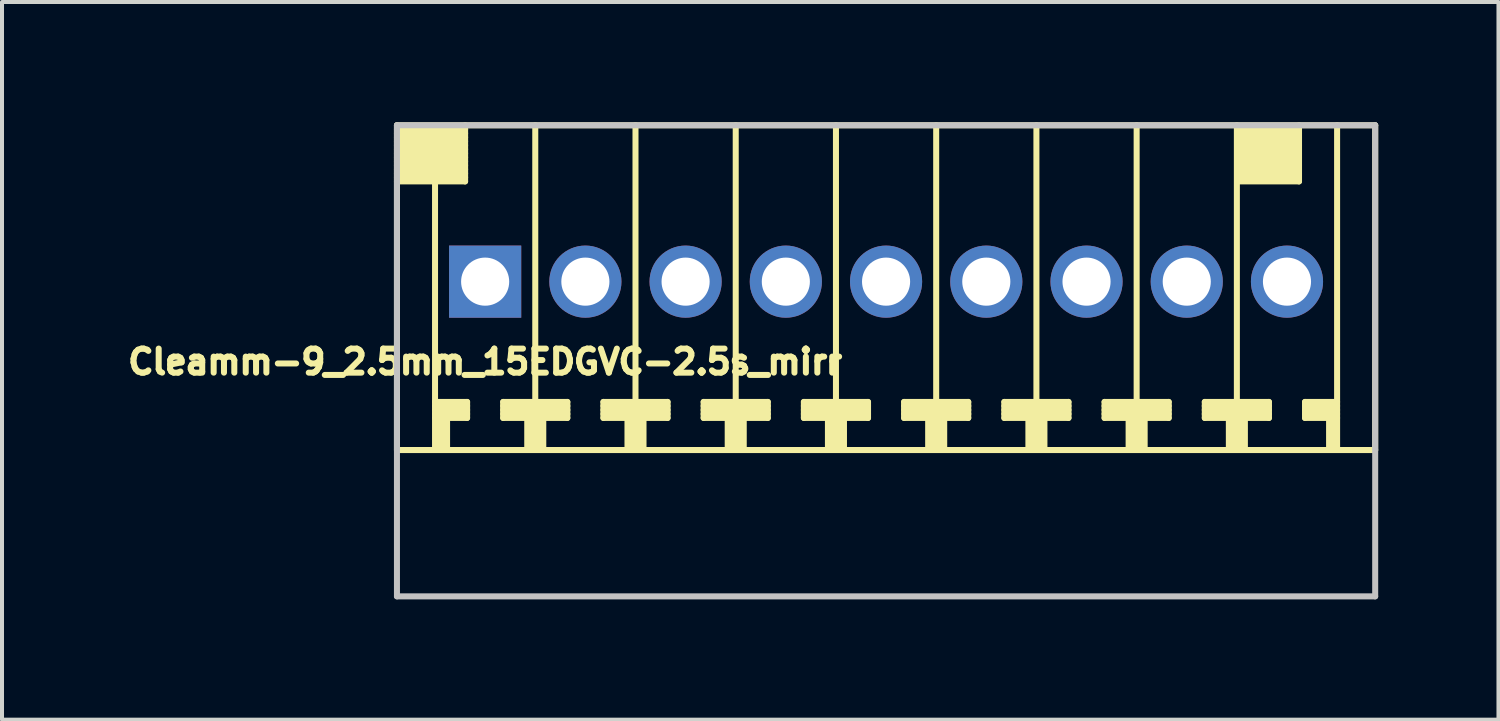
<source format=kicad_pcb>
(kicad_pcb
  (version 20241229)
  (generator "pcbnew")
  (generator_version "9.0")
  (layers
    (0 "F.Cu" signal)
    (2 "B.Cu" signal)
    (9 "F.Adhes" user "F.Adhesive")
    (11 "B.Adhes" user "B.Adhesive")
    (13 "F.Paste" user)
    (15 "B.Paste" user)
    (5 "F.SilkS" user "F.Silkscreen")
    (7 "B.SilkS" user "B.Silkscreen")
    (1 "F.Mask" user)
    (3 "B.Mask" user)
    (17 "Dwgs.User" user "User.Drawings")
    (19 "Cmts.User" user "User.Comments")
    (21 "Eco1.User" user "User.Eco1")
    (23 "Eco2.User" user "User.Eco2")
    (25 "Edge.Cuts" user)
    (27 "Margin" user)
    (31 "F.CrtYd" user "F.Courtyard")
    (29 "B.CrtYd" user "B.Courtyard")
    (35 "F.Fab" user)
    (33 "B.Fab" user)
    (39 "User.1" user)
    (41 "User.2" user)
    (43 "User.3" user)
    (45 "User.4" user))
  (footprint "Cleamm-9_2.5mm_15EDGVC-2.5s_mirr"
    (layer "F.Cu")
    (at 19.051 3.975)
    (property "Reference" "Cleamm-9_2.5mm_15EDGVC-2.5s_mirr" (at -10 2 0) (layer "F.SilkS") (effects (font (size 0.6 0.6) (thickness 0.15))))
    (attr through_hole)
    (fp_line (start -12.2 -3.9) (end -12.2 4.2) (stroke (width 0.15) (type solid)) (layer "F.SilkS"))
    (fp_line (start -12.2 -3.8) (end -10.5 -3.8) (stroke (width 0.15) (type solid)) (layer "F.SilkS"))
    (fp_line (start -12.2 -3.6) (end -10.5 -3.6) (stroke (width 0.15) (type solid)) (layer "F.SilkS"))
    (fp_line (start -12.2 -3.4) (end -10.5 -3.4) (stroke (width 0.15) (type solid)) (layer "F.SilkS"))
    (fp_line (start -12.2 -3.2) (end -10.5 -3.2) (stroke (width 0.15) (type solid)) (layer "F.SilkS"))
    (fp_line (start -12.2 -3) (end -10.5 -3) (stroke (width 0.15) (type solid)) (layer "F.SilkS"))
    (fp_line (start -12.2 -2.8) (end -10.5 -2.8) (stroke (width 0.15) (type solid)) (layer "F.SilkS"))
    (fp_line (start -12.2 -2.5) (end -10.5 -2.5) (stroke (width 0.15) (type solid)) (layer "F.SilkS"))
    (fp_line (start -11.25 -2.5) (end -11.25 4.2) (stroke (width 0.15) (type solid)) (layer "F.SilkS"))
    (fp_line (start -11.25 3.2) (end -10.45 3.2) (stroke (width 0.15) (type solid)) (layer "F.SilkS"))
    (fp_line (start -11.25 3.3) (end -10.45 3.3) (stroke (width 0.15) (type solid)) (layer "F.SilkS"))
    (fp_line (start -11.25 3.4) (end -10.45 3.4) (stroke (width 0.15) (type solid)) (layer "F.SilkS"))
    (fp_line (start -11.15 4.2) (end -11.15 3.4) (stroke (width 0.15) (type solid)) (layer "F.SilkS"))
    (fp_line (start -11.05 3.4) (end -11.05 4.2) (stroke (width 0.15) (type solid)) (layer "F.SilkS"))
    (fp_line (start -10.95 4.2) (end -10.95 3.4) (stroke (width 0.15) (type solid)) (layer "F.SilkS"))
    (fp_line (start -10.5 -3.7) (end -12.2 -3.7) (stroke (width 0.15) (type solid)) (layer "F.SilkS"))
    (fp_line (start -10.5 -3.5) (end -12.2 -3.5) (stroke (width 0.15) (type solid)) (layer "F.SilkS"))
    (fp_line (start -10.5 -3.3) (end -12.2 -3.3) (stroke (width 0.15) (type solid)) (layer "F.SilkS"))
    (fp_line (start -10.5 -3.1) (end -12.2 -3.1) (stroke (width 0.15) (type solid)) (layer "F.SilkS"))
    (fp_line (start -10.5 -2.9) (end -12.2 -2.9) (stroke (width 0.15) (type solid)) (layer "F.SilkS"))
    (fp_line (start -10.5 -2.7) (end -12.2 -2.7) (stroke (width 0.15) (type solid)) (layer "F.SilkS"))
    (fp_line (start -10.5 -2.6) (end -12.2 -2.6) (stroke (width 0.15) (type solid)) (layer "F.SilkS"))
    (fp_line (start -10.5 -2.5) (end -10.5 -3.9) (stroke (width 0.15) (type solid)) (layer "F.SilkS"))
    (fp_line (start -10.45 3) (end -11.25 3) (stroke (width 0.15) (type solid)) (layer "F.SilkS"))
    (fp_line (start -10.45 3.1) (end -11.25 3.1) (stroke (width 0.15) (type solid)) (layer "F.SilkS"))
    (fp_line (start -10.45 3.4) (end -10.45 3) (stroke (width 0.15) (type solid)) (layer "F.SilkS"))
    (fp_line (start -9.55 3) (end -9.55 3.4) (stroke (width 0.15) (type solid)) (layer "F.SilkS"))
    (fp_line (start -9.55 3.2) (end -7.95 3.2) (stroke (width 0.15) (type solid)) (layer "F.SilkS"))
    (fp_line (start -9.55 3.4) (end -8.95 3.4) (stroke (width 0.15) (type solid)) (layer "F.SilkS"))
    (fp_line (start -8.95 4.2) (end -8.95 3.4) (stroke (width 0.15) (type solid)) (layer "F.SilkS"))
    (fp_line (start -8.85 4.2) (end -8.85 3.4) (stroke (width 0.15) (type solid)) (layer "F.SilkS"))
    (fp_line (start -8.75 4.2) (end -8.75 -3.9) (stroke (width 0.15) (type solid)) (layer "F.SilkS"))
    (fp_line (start -8.65 4.2) (end -8.65 3.4) (stroke (width 0.15) (type solid)) (layer "F.SilkS"))
    (fp_line (start -8.55 3.4) (end -7.95 3.4) (stroke (width 0.15) (type solid)) (layer "F.SilkS"))
    (fp_line (start -8.55 4.2) (end -8.55 3.4) (stroke (width 0.15) (type solid)) (layer "F.SilkS"))
    (fp_line (start -7.95 3) (end -9.55 3) (stroke (width 0.15) (type solid)) (layer "F.SilkS"))
    (fp_line (start -7.95 3.1) (end -9.55 3.1) (stroke (width 0.15) (type solid)) (layer "F.SilkS"))
    (fp_line (start -7.95 3.3) (end -9.55 3.3) (stroke (width 0.15) (type solid)) (layer "F.SilkS"))
    (fp_line (start -7.95 3.4) (end -7.95 3) (stroke (width 0.15) (type solid)) (layer "F.SilkS"))
    (fp_line (start -7.05 3) (end -7.05 3.4) (stroke (width 0.15) (type solid)) (layer "F.SilkS"))
    (fp_line (start -7.05 3.2) (end -5.45 3.2) (stroke (width 0.15) (type solid)) (layer "F.SilkS"))
    (fp_line (start -7.05 3.4) (end -6.45 3.4) (stroke (width 0.15) (type solid)) (layer "F.SilkS"))
    (fp_line (start -6.45 4.2) (end -6.45 3.4) (stroke (width 0.15) (type solid)) (layer "F.SilkS"))
    (fp_line (start -6.35 4.2) (end -6.35 3.4) (stroke (width 0.15) (type solid)) (layer "F.SilkS"))
    (fp_line (start -6.25 -3.9) (end -6.25 4.2) (stroke (width 0.15) (type solid)) (layer "F.SilkS"))
    (fp_line (start -6.15 4.2) (end -6.15 3.4) (stroke (width 0.15) (type solid)) (layer "F.SilkS"))
    (fp_line (start -6.05 3.4) (end -5.45 3.4) (stroke (width 0.15) (type solid)) (layer "F.SilkS"))
    (fp_line (start -6.05 4.2) (end -6.05 3.4) (stroke (width 0.15) (type solid)) (layer "F.SilkS"))
    (fp_line (start -5.45 3) (end -7.05 3) (stroke (width 0.15) (type solid)) (layer "F.SilkS"))
    (fp_line (start -5.45 3.1) (end -7.05 3.1) (stroke (width 0.15) (type solid)) (layer "F.SilkS"))
    (fp_line (start -5.45 3.3) (end -7.05 3.3) (stroke (width 0.15) (type solid)) (layer "F.SilkS"))
    (fp_line (start -5.45 3.4) (end -5.45 3) (stroke (width 0.15) (type solid)) (layer "F.SilkS"))
    (fp_line (start -4.55 3) (end -4.55 3.4) (stroke (width 0.15) (type solid)) (layer "F.SilkS"))
    (fp_line (start -4.55 3.2) (end -2.95 3.2) (stroke (width 0.15) (type solid)) (layer "F.SilkS"))
    (fp_line (start -4.55 3.4) (end -3.95 3.4) (stroke (width 0.15) (type solid)) (layer "F.SilkS"))
    (fp_line (start -3.95 4.2) (end -3.95 3.4) (stroke (width 0.15) (type solid)) (layer "F.SilkS"))
    (fp_line (start -3.85 4.2) (end -3.85 3.4) (stroke (width 0.15) (type solid)) (layer "F.SilkS"))
    (fp_line (start -3.75 -3.9) (end -3.75 4.2) (stroke (width 0.15) (type solid)) (layer "F.SilkS"))
    (fp_line (start -3.65 4.2) (end -3.65 3.4) (stroke (width 0.15) (type solid)) (layer "F.SilkS"))
    (fp_line (start -3.55 3.4) (end -2.95 3.4) (stroke (width 0.15) (type solid)) (layer "F.SilkS"))
    (fp_line (start -3.55 4.2) (end -3.55 3.4) (stroke (width 0.15) (type solid)) (layer "F.SilkS"))
    (fp_line (start -2.95 3) (end -4.55 3) (stroke (width 0.15) (type solid)) (layer "F.SilkS"))
    (fp_line (start -2.95 3.1) (end -4.55 3.1) (stroke (width 0.15) (type solid)) (layer "F.SilkS"))
    (fp_line (start -2.95 3.3) (end -4.55 3.3) (stroke (width 0.15) (type solid)) (layer "F.SilkS"))
    (fp_line (start -2.95 3.4) (end -2.95 3) (stroke (width 0.15) (type solid)) (layer "F.SilkS"))
    (fp_line (start -2.05 3) (end -2.05 3.4) (stroke (width 0.15) (type solid)) (layer "F.SilkS"))
    (fp_line (start -2.05 3.2) (end -0.45 3.2) (stroke (width 0.15) (type solid)) (layer "F.SilkS"))
    (fp_line (start -2.05 3.4) (end -1.45 3.4) (stroke (width 0.15) (type solid)) (layer "F.SilkS"))
    (fp_line (start -1.45 4.2) (end -1.45 3.4) (stroke (width 0.15) (type solid)) (layer "F.SilkS"))
    (fp_line (start -1.35 4.2) (end -1.35 3.4) (stroke (width 0.15) (type solid)) (layer "F.SilkS"))
    (fp_line (start -1.25 4.2) (end -1.25 -3.9) (stroke (width 0.15) (type solid)) (layer "F.SilkS"))
    (fp_line (start -1.15 4.2) (end -1.15 3.4) (stroke (width 0.15) (type solid)) (layer "F.SilkS"))
    (fp_line (start -1.05 3.4) (end -0.45 3.4) (stroke (width 0.15) (type solid)) (layer "F.SilkS"))
    (fp_line (start -1.05 4.2) (end -1.05 3.4) (stroke (width 0.15) (type solid)) (layer "F.SilkS"))
    (fp_line (start -0.45 3) (end -2.05 3) (stroke (width 0.15) (type solid)) (layer "F.SilkS"))
    (fp_line (start -0.45 3.1) (end -2.05 3.1) (stroke (width 0.15) (type solid)) (layer "F.SilkS"))
    (fp_line (start -0.45 3.3) (end -2.05 3.3) (stroke (width 0.15) (type solid)) (layer "F.SilkS"))
    (fp_line (start -0.45 3.4) (end -0.45 3) (stroke (width 0.15) (type solid)) (layer "F.SilkS"))
    (fp_line (start 0.45 3) (end 0.45 3.4) (stroke (width 0.15) (type solid)) (layer "F.SilkS"))
    (fp_line (start 0.45 3.2) (end 2.05 3.2) (stroke (width 0.15) (type solid)) (layer "F.SilkS"))
    (fp_line (start 0.45 3.4) (end 1.05 3.4) (stroke (width 0.15) (type solid)) (layer "F.SilkS"))
    (fp_line (start 1.05 4.2) (end 1.05 3.4) (stroke (width 0.15) (type solid)) (layer "F.SilkS"))
    (fp_line (start 1.15 4.2) (end 1.15 3.4) (stroke (width 0.15) (type solid)) (layer "F.SilkS"))
    (fp_line (start 1.25 4.2) (end 1.25 -3.9) (stroke (width 0.15) (type solid)) (layer "F.SilkS"))
    (fp_line (start 1.35 4.2) (end 1.35 3.4) (stroke (width 0.15) (type solid)) (layer "F.SilkS"))
    (fp_line (start 1.45 3.4) (end 2.05 3.4) (stroke (width 0.15) (type solid)) (layer "F.SilkS"))
    (fp_line (start 1.45 4.2) (end 1.45 3.4) (stroke (width 0.15) (type solid)) (layer "F.SilkS"))
    (fp_line (start 2.05 3) (end 0.45 3) (stroke (width 0.15) (type solid)) (layer "F.SilkS"))
    (fp_line (start 2.05 3.1) (end 0.45 3.1) (stroke (width 0.15) (type solid)) (layer "F.SilkS"))
    (fp_line (start 2.05 3.3) (end 0.45 3.3) (stroke (width 0.15) (type solid)) (layer "F.SilkS"))
    (fp_line (start 2.05 3.4) (end 2.05 3) (stroke (width 0.15) (type solid)) (layer "F.SilkS"))
    (fp_line (start 2.95 3) (end 2.95 3.4) (stroke (width 0.15) (type solid)) (layer "F.SilkS"))
    (fp_line (start 2.95 3.2) (end 4.55 3.2) (stroke (width 0.15) (type solid)) (layer "F.SilkS"))
    (fp_line (start 2.95 3.4) (end 3.55 3.4) (stroke (width 0.15) (type solid)) (layer "F.SilkS"))
    (fp_line (start 3.55 4.2) (end 3.55 3.4) (stroke (width 0.15) (type solid)) (layer "F.SilkS"))
    (fp_line (start 3.65 4.2) (end 3.65 3.4) (stroke (width 0.15) (type solid)) (layer "F.SilkS"))
    (fp_line (start 3.75 4.2) (end 3.75 -3.9) (stroke (width 0.15) (type solid)) (layer "F.SilkS"))
    (fp_line (start 3.85 4.2) (end 3.85 3.4) (stroke (width 0.15) (type solid)) (layer "F.SilkS"))
    (fp_line (start 3.95 3.4) (end 4.55 3.4) (stroke (width 0.15) (type solid)) (layer "F.SilkS"))
    (fp_line (start 3.95 4.2) (end 3.95 3.4) (stroke (width 0.15) (type solid)) (layer "F.SilkS"))
    (fp_line (start 4.55 3) (end 2.95 3) (stroke (width 0.15) (type solid)) (layer "F.SilkS"))
    (fp_line (start 4.55 3.1) (end 2.95 3.1) (stroke (width 0.15) (type solid)) (layer "F.SilkS"))
    (fp_line (start 4.55 3.3) (end 2.95 3.3) (stroke (width 0.15) (type solid)) (layer "F.SilkS"))
    (fp_line (start 4.55 3.4) (end 4.55 3) (stroke (width 0.15) (type solid)) (layer "F.SilkS"))
    (fp_line (start 5.45 3) (end 5.45 3.4) (stroke (width 0.15) (type solid)) (layer "F.SilkS"))
    (fp_line (start 5.45 3.2) (end 7.05 3.2) (stroke (width 0.15) (type solid)) (layer "F.SilkS"))
    (fp_line (start 5.45 3.4) (end 6.05 3.4) (stroke (width 0.15) (type solid)) (layer "F.SilkS"))
    (fp_line (start 6.05 4.2) (end 6.05 3.4) (stroke (width 0.15) (type solid)) (layer "F.SilkS"))
    (fp_line (start 6.15 4.2) (end 6.15 3.4) (stroke (width 0.15) (type solid)) (layer "F.SilkS"))
    (fp_line (start 6.25 4.2) (end 6.25 -3.9) (stroke (width 0.15) (type solid)) (layer "F.SilkS"))
    (fp_line (start 6.35 4.2) (end 6.35 3.4) (stroke (width 0.15) (type solid)) (layer "F.SilkS"))
    (fp_line (start 6.45 3.4) (end 7.05 3.4) (stroke (width 0.15) (type solid)) (layer "F.SilkS"))
    (fp_line (start 6.45 4.2) (end 6.45 3.4) (stroke (width 0.15) (type solid)) (layer "F.SilkS"))
    (fp_line (start 7.05 3) (end 5.45 3) (stroke (width 0.15) (type solid)) (layer "F.SilkS"))
    (fp_line (start 7.05 3.1) (end 5.45 3.1) (stroke (width 0.15) (type solid)) (layer "F.SilkS"))
    (fp_line (start 7.05 3.3) (end 5.45 3.3) (stroke (width 0.15) (type solid)) (layer "F.SilkS"))
    (fp_line (start 7.05 3.4) (end 7.05 3) (stroke (width 0.15) (type solid)) (layer "F.SilkS"))
    (fp_line (start 7.95 3) (end 7.95 3.4) (stroke (width 0.15) (type solid)) (layer "F.SilkS"))
    (fp_line (start 7.95 3.2) (end 9.55 3.2) (stroke (width 0.15) (type solid)) (layer "F.SilkS"))
    (fp_line (start 7.95 3.4) (end 8.55 3.4) (stroke (width 0.15) (type solid)) (layer "F.SilkS"))
    (fp_line (start 8.55 4.2) (end 8.55 3.4) (stroke (width 0.15) (type solid)) (layer "F.SilkS"))
    (fp_line (start 8.65 4.2) (end 8.65 3.4) (stroke (width 0.15) (type solid)) (layer "F.SilkS"))
    (fp_line (start 8.75 4.2) (end 8.75 -3.9) (stroke (width 0.15) (type solid)) (layer "F.SilkS"))
    (fp_line (start 8.8 -3.7) (end 10.3 -3.7) (stroke (width 0.15) (type solid)) (layer "F.SilkS"))
    (fp_line (start 8.8 -3.6) (end 10.3 -3.6) (stroke (width 0.15) (type solid)) (layer "F.SilkS"))
    (fp_line (start 8.8 -3.4) (end 10.3 -3.4) (stroke (width 0.15) (type solid)) (layer "F.SilkS"))
    (fp_line (start 8.8 -3.3) (end 10.3 -3.3) (stroke (width 0.15) (type solid)) (layer "F.SilkS"))
    (fp_line (start 8.8 -3.1) (end 10.3 -3.1) (stroke (width 0.15) (type solid)) (layer "F.SilkS"))
    (fp_line (start 8.8 -2.8) (end 10.3 -2.8) (stroke (width 0.15) (type solid)) (layer "F.SilkS"))
    (fp_line (start 8.8 -2.7) (end 10.3 -2.7) (stroke (width 0.15) (type solid)) (layer "F.SilkS"))
    (fp_line (start 8.85 4.2) (end 8.85 3.4) (stroke (width 0.15) (type solid)) (layer "F.SilkS"))
    (fp_line (start 8.95 3.4) (end 9.55 3.4) (stroke (width 0.15) (type solid)) (layer "F.SilkS"))
    (fp_line (start 8.95 4.2) (end 8.95 3.4) (stroke (width 0.15) (type solid)) (layer "F.SilkS"))
    (fp_line (start 9.55 3) (end 7.95 3) (stroke (width 0.15) (type solid)) (layer "F.SilkS"))
    (fp_line (start 9.55 3.1) (end 7.95 3.1) (stroke (width 0.15) (type solid)) (layer "F.SilkS"))
    (fp_line (start 9.55 3.3) (end 7.95 3.3) (stroke (width 0.15) (type solid)) (layer "F.SilkS"))
    (fp_line (start 9.55 3.4) (end 9.55 3) (stroke (width 0.15) (type solid)) (layer "F.SilkS"))
    (fp_line (start 10.2 -2.6) (end 8.8 -2.6) (stroke (width 0.15) (type solid)) (layer "F.SilkS"))
    (fp_line (start 10.3 -3.8) (end 8.8 -3.8) (stroke (width 0.15) (type solid)) (layer "F.SilkS"))
    (fp_line (start 10.3 -3.5) (end 8.8 -3.5) (stroke (width 0.15) (type solid)) (layer "F.SilkS"))
    (fp_line (start 10.3 -3.2) (end 8.8 -3.2) (stroke (width 0.15) (type solid)) (layer "F.SilkS"))
    (fp_line (start 10.3 -3) (end 8.8 -3) (stroke (width 0.15) (type solid)) (layer "F.SilkS"))
    (fp_line (start 10.3 -2.9) (end 8.8 -2.9) (stroke (width 0.15) (type solid)) (layer "F.SilkS"))
    (fp_line (start 10.3 -2.5) (end 8.8 -2.5) (stroke (width 0.15) (type solid)) (layer "F.SilkS"))
    (fp_line (start 10.3 -2.5) (end 10.3 -3.9) (stroke (width 0.15) (type solid)) (layer "F.SilkS"))
    (fp_line (start 10.45 3) (end 11.25 3) (stroke (width 0.15) (type solid)) (layer "F.SilkS"))
    (fp_line (start 10.45 3.1) (end 11.25 3.1) (stroke (width 0.15) (type solid)) (layer "F.SilkS"))
    (fp_line (start 10.45 3.4) (end 10.45 3) (stroke (width 0.15) (type solid)) (layer "F.SilkS"))
    (fp_line (start 11.05 4.2) (end 11.05 3.4) (stroke (width 0.15) (type solid)) (layer "F.SilkS"))
    (fp_line (start 11.15 4.2) (end 11.15 3.4) (stroke (width 0.15) (type solid)) (layer "F.SilkS"))
    (fp_line (start 11.25 3.2) (end 10.45 3.2) (stroke (width 0.15) (type solid)) (layer "F.SilkS"))
    (fp_line (start 11.25 3.3) (end 10.45 3.3) (stroke (width 0.15) (type solid)) (layer "F.SilkS"))
    (fp_line (start 11.25 3.4) (end 10.45 3.4) (stroke (width 0.15) (type solid)) (layer "F.SilkS"))
    (fp_line (start 11.25 4.2) (end 11.25 -3.9) (stroke (width 0.15) (type solid)) (layer "F.SilkS"))
    (fp_line (start 12.2 -3.9) (end -12.2 -3.9) (stroke (width 0.15) (type solid)) (layer "F.SilkS"))
    (fp_line (start 12.2 -3.9) (end 12.2 4.2) (stroke (width 0.15) (type solid)) (layer "F.SilkS"))
    (fp_line (start 12.2 4.2) (end -12.2 4.2) (stroke (width 0.15) (type solid)) (layer "F.SilkS"))
    (fp_line (start -12.2 -3.9) (end -12.2 7.85) (stroke (width 0.15) (type solid)) (layer "Dwgs.User"))
    (fp_line (start -12.2 -3.9) (end 12.2 -3.9) (stroke (width 0.15) (type solid)) (layer "Dwgs.User"))
    (fp_line (start 12.2 7.85) (end -12.2 7.85) (stroke (width 0.15) (type solid)) (layer "Dwgs.User"))
    (fp_line (start 12.2 7.85) (end 12.2 -3.9) (stroke (width 0.15) (type solid)) (layer "Dwgs.User"))
    (pad "1" thru_hole rect (at -10 0) (size 1.8 1.8) (drill 1.2) (layers "*.Cu" "*.Mask"))
    (pad "2" thru_hole circle (at -7.5 0) (size 1.8 1.8) (drill 1.2) (layers "*.Cu" "*.Mask"))
    (pad "3" thru_hole circle (at -5 0) (size 1.8 1.8) (drill 1.2) (layers "*.Cu" "*.Mask"))
    (pad "4" thru_hole circle (at -2.5 0) (size 1.8 1.8) (drill 1.2) (layers "*.Cu" "*.Mask"))
    (pad "5" thru_hole circle (at 0 0) (size 1.8 1.8) (drill 1.2) (layers "*.Cu" "*.Mask"))
    (pad "6" thru_hole circle (at 2.5 0) (size 1.8 1.8) (drill 1.2) (layers "*.Cu" "*.Mask"))
    (pad "7" thru_hole circle (at 5 0) (size 1.8 1.8) (drill 1.2) (layers "*.Cu" "*.Mask"))
    (pad "8" thru_hole circle (at 7.5 0) (size 1.8 1.8) (drill 1.2) (layers "*.Cu" "*.Mask"))
    (pad "9" thru_hole circle (at 10 0) (size 1.8 1.8) (drill 1.2) (layers "*.Cu" "*.Mask")))
  (gr_rect
    (start -3 -3)
    (end 34.326 14.9)
    (stroke (width 0.1) (type default))
    (fill no)
    (layer "Edge.Cuts")))
</source>
